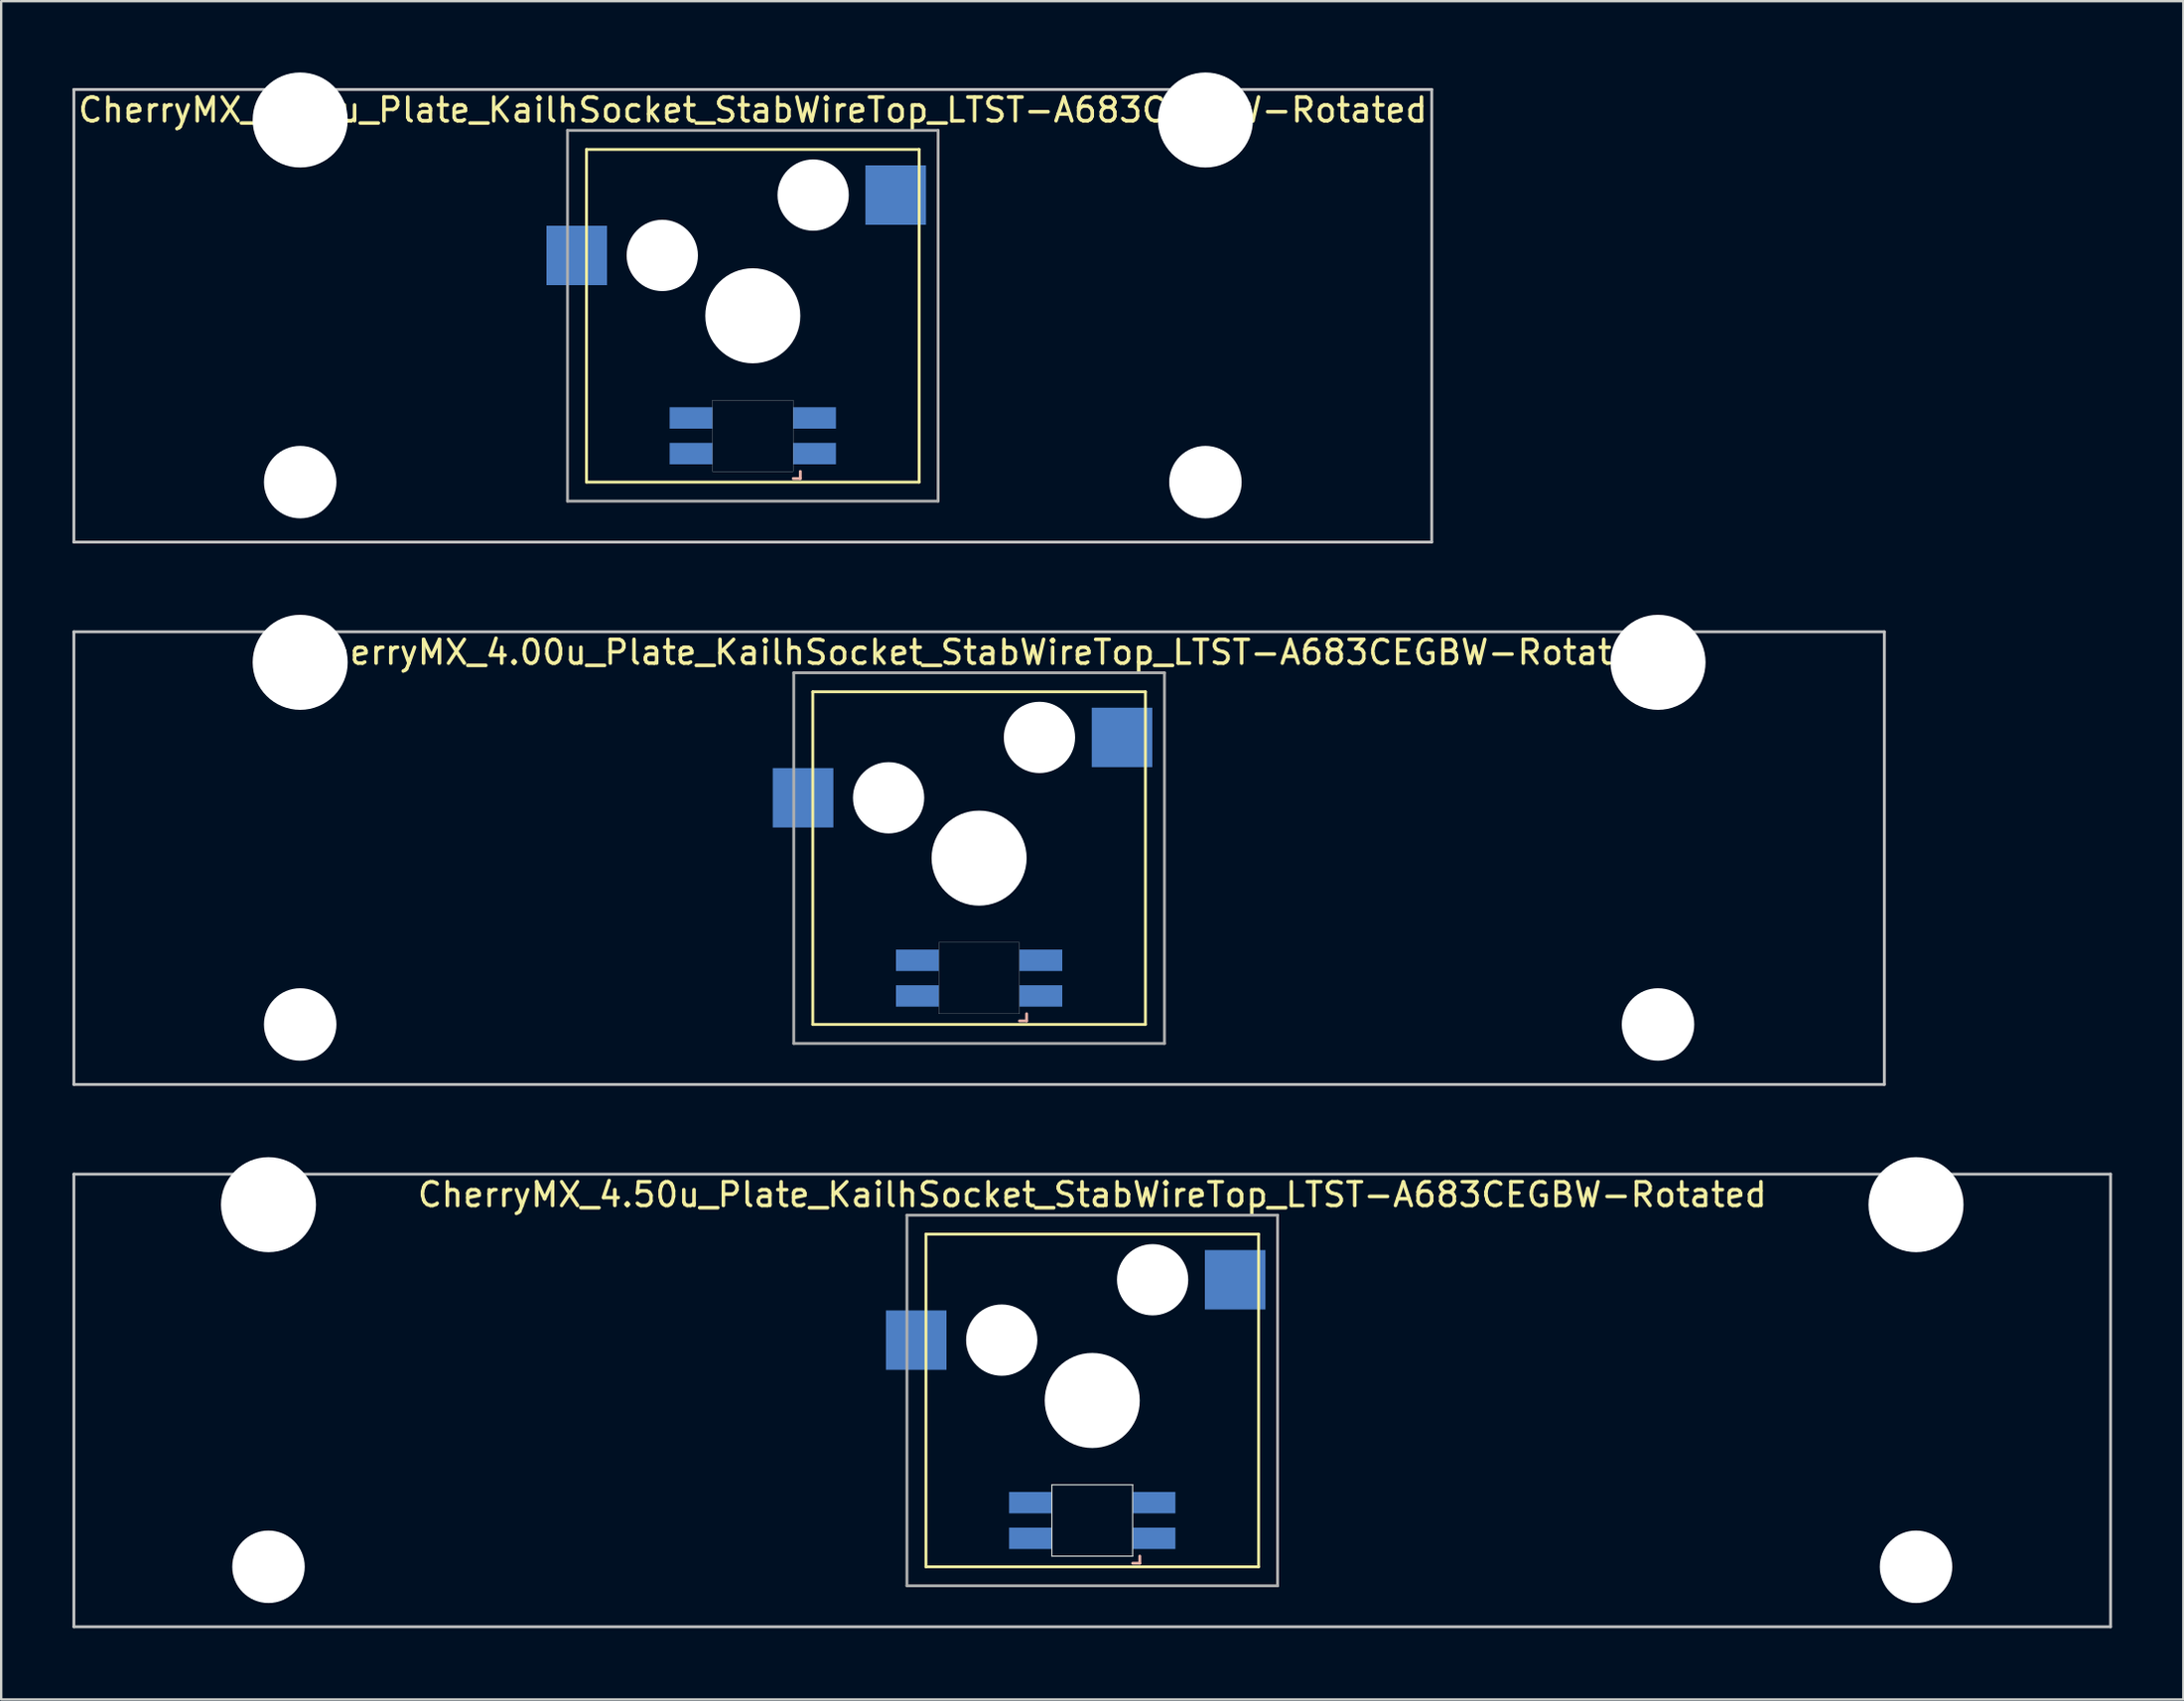
<source format=kicad_pcb>
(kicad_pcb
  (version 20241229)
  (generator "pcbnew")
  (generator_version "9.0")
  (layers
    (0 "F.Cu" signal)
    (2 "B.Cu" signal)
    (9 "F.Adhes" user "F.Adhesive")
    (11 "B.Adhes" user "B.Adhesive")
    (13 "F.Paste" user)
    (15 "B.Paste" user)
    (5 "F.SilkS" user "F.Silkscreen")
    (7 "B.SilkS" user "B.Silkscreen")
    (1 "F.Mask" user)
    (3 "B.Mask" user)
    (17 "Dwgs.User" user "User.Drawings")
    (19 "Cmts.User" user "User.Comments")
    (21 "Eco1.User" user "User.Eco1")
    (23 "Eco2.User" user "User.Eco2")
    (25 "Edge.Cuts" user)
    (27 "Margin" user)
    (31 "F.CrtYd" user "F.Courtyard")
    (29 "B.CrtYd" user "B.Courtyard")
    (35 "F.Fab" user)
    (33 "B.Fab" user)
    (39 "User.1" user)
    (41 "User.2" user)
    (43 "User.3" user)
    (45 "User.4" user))
  (footprint "CherryMX_4.50u_Plate_KailhSocket_StabWireTop_LTST-A683CEGBW-Rotated"
    (layer "F.Cu")
    (at 42.922 55.89)
    (property "Reference" "CherryMX_4.50u_Plate_KailhSocket_StabWireTop_LTST-A683CEGBW-Rotated" (at 0 -8.662 0) (layer "F.SilkS") (effects (font (size 1 1) (thickness 0.15))))
    (attr through_hole)
    (fp_line (start -7 -7) (end -7 7) (stroke (width 0.12) (type solid)) (layer "F.SilkS"))
    (fp_line (start -7 -7) (end 7 -7) (stroke (width 0.12) (type solid)) (layer "F.SilkS"))
    (fp_line (start 7 -7) (end 7 7) (stroke (width 0.12) (type solid)) (layer "F.SilkS"))
    (fp_line (start 7 7) (end -7 7) (stroke (width 0.12) (type solid)) (layer "F.SilkS"))
    (fp_line (start 1.7 6.85) (end 2 6.85) (stroke (width 0.12) (type solid)) (layer "B.SilkS"))
    (fp_line (start 2 6.85) (end 2 6.55) (stroke (width 0.12) (type solid)) (layer "B.SilkS"))
    (fp_line (start -42.862 -9.525) (end 42.862 -9.525) (stroke (width 0.12) (type solid)) (layer "Dwgs.User"))
    (fp_line (start -42.862 9.525) (end -42.862 -9.525) (stroke (width 0.12) (type solid)) (layer "Dwgs.User"))
    (fp_line (start 42.862 -9.525) (end 42.862 9.525) (stroke (width 0.12) (type solid)) (layer "Dwgs.User"))
    (fp_line (start 42.862 9.525) (end -42.862 9.525) (stroke (width 0.12) (type solid)) (layer "Dwgs.User"))
    (fp_line (start -1.7 3.55) (end 1.7 3.55) (stroke (width 0.05) (type solid)) (layer "Edge.Cuts"))
    (fp_line (start -1.7 6.55) (end -1.7 3.55) (stroke (width 0.05) (type solid)) (layer "Edge.Cuts"))
    (fp_line (start 1.7 3.55) (end 1.7 6.55) (stroke (width 0.05) (type solid)) (layer "Edge.Cuts"))
    (fp_line (start 1.7 6.55) (end -1.7 6.55) (stroke (width 0.05) (type solid)) (layer "Edge.Cuts"))
    (fp_line (start -7.8 -7.8) (end -7.8 7.8) (stroke (width 0.12) (type solid)) (layer "F.Fab"))
    (fp_line (start -7.8 -7.8) (end 7.8 -7.8) (stroke (width 0.12) (type solid)) (layer "F.Fab"))
    (fp_line (start -7.8 7.8) (end 7.8 7.8) (stroke (width 0.12) (type solid)) (layer "F.Fab"))
    (fp_line (start 7.8 -7.8) (end 7.8 7.8) (stroke (width 0.12) (type solid)) (layer "F.Fab"))
    (pad "" np_thru_hole circle (at -34.671 -8.24) (size 4 4) (drill 4) (layers "*.Cu" "*.Mask"))
    (pad "" np_thru_hole circle (at -34.671 7) (size 3.05 3.05) (drill 3.05) (layers "*.Cu" "*.Mask"))
    (pad "" np_thru_hole circle (at -3.81 -2.54) (size 3 3) (drill 3) (layers "*.Cu" "*.Mask"))
    (pad "" np_thru_hole circle (at 0 0) (size 4 4) (drill 4) (layers "*.Cu" "*.Mask"))
    (pad "" np_thru_hole circle (at 2.54 -5.08) (size 3 3) (drill 3) (layers "*.Cu" "*.Mask"))
    (pad "" np_thru_hole circle (at 34.671 -8.24) (size 4 4) (drill 4) (layers "*.Cu" "*.Mask"))
    (pad "" np_thru_hole circle (at 34.671 7) (size 3.05 3.05) (drill 3.05) (layers "*.Cu" "*.Mask"))
    (pad "1" smd rect (at -7.41 -2.54) (size 2.55 2.5) (layers "B.Cu" "B.Mask" "B.Paste"))
    (pad "2" smd rect (at 6.015 -5.08) (size 2.55 2.5) (layers "B.Cu" "B.Mask" "B.Paste"))
    (pad "3" smd rect (at 2.6 5.8 180) (size 1.8 0.9) (layers "B.Cu" "B.Mask" "B.Paste"))
    (pad "4" smd rect (at 2.6 4.3 180) (size 1.8 0.9) (layers "B.Cu" "B.Mask" "B.Paste"))
    (pad "5" smd rect (at -2.6 5.8 180) (size 1.8 0.9) (layers "B.Cu" "B.Mask" "B.Paste"))
    (pad "6" smd rect (at -2.6 4.3 180) (size 1.8 0.9) (layers "B.Cu" "B.Mask" "B.Paste")))
  (footprint "CherryMX_4.00u_Plate_KailhSocket_StabWireTop_LTST-A683CEGBW-Rotated"
    (layer "F.Cu")
    (at 38.16 33.065)
    (property "Reference" "CherryMX_4.00u_Plate_KailhSocket_StabWireTop_LTST-A683CEGBW-Rotated" (at 0 -8.662 0) (layer "F.SilkS") (effects (font (size 1 1) (thickness 0.15))))
    (attr through_hole)
    (fp_line (start -7 -7) (end -7 7) (stroke (width 0.12) (type solid)) (layer "F.SilkS"))
    (fp_line (start -7 -7) (end 7 -7) (stroke (width 0.12) (type solid)) (layer "F.SilkS"))
    (fp_line (start 7 -7) (end 7 7) (stroke (width 0.12) (type solid)) (layer "F.SilkS"))
    (fp_line (start 7 7) (end -7 7) (stroke (width 0.12) (type solid)) (layer "F.SilkS"))
    (fp_line (start 1.7 6.85) (end 2 6.85) (stroke (width 0.12) (type solid)) (layer "B.SilkS"))
    (fp_line (start 2 6.85) (end 2 6.55) (stroke (width 0.12) (type solid)) (layer "B.SilkS"))
    (fp_line (start -38.1 -9.525) (end 38.1 -9.525) (stroke (width 0.12) (type solid)) (layer "Dwgs.User"))
    (fp_line (start -38.1 9.525) (end -38.1 -9.525) (stroke (width 0.12) (type solid)) (layer "Dwgs.User"))
    (fp_line (start 38.1 -9.525) (end 38.1 9.525) (stroke (width 0.12) (type solid)) (layer "Dwgs.User"))
    (fp_line (start 38.1 9.525) (end -38.1 9.525) (stroke (width 0.12) (type solid)) (layer "Dwgs.User"))
    (fp_poly (pts (xy -1.7 3.55) (xy 1.7 3.55) (xy 1.7 6.55) (xy -1.7 6.55)) (stroke (width 0.01) (type solid)) (fill no) (layer "Edge.Cuts"))
    (fp_line (start -7.8 -7.8) (end -7.8 7.8) (stroke (width 0.12) (type solid)) (layer "F.Fab"))
    (fp_line (start -7.8 -7.8) (end 7.8 -7.8) (stroke (width 0.12) (type solid)) (layer "F.Fab"))
    (fp_line (start -7.8 7.8) (end 7.8 7.8) (stroke (width 0.12) (type solid)) (layer "F.Fab"))
    (fp_line (start 7.8 -7.8) (end 7.8 7.8) (stroke (width 0.12) (type solid)) (layer "F.Fab"))
    (pad "" np_thru_hole circle (at -28.575 -8.24) (size 4 4) (drill 4) (layers "*.Cu" "*.Mask"))
    (pad "" np_thru_hole circle (at -28.575 7) (size 3.05 3.05) (drill 3.05) (layers "*.Cu" "*.Mask"))
    (pad "" np_thru_hole circle (at -3.81 -2.54) (size 3 3) (drill 3) (layers "*.Cu" "*.Mask"))
    (pad "" np_thru_hole circle (at 0 0) (size 4 4) (drill 4) (layers "*.Cu" "*.Mask"))
    (pad "" np_thru_hole circle (at 2.54 -5.08) (size 3 3) (drill 3) (layers "*.Cu" "*.Mask"))
    (pad "" np_thru_hole circle (at 28.575 -8.24) (size 4 4) (drill 4) (layers "*.Cu" "*.Mask"))
    (pad "" np_thru_hole circle (at 28.575 7) (size 3.05 3.05) (drill 3.05) (layers "*.Cu" "*.Mask"))
    (pad "1" smd rect (at -7.41 -2.54) (size 2.55 2.5) (layers "B.Cu" "B.Mask" "B.Paste"))
    (pad "2" smd rect (at 6.015 -5.08) (size 2.55 2.5) (layers "B.Cu" "B.Mask" "B.Paste"))
    (pad "3" smd rect (at 2.6 5.8 180) (size 1.8 0.9) (layers "B.Cu" "B.Mask" "B.Paste"))
    (pad "4" smd rect (at 2.6 4.3 180) (size 1.8 0.9) (layers "B.Cu" "B.Mask" "B.Paste"))
    (pad "5" smd rect (at -2.6 5.8 180) (size 1.8 0.9) (layers "B.Cu" "B.Mask" "B.Paste"))
    (pad "6" smd rect (at -2.6 4.3 180) (size 1.8 0.9) (layers "B.Cu" "B.Mask" "B.Paste")))
  (footprint "CherryMX_3.00u_Plate_KailhSocket_StabWireTop_LTST-A683CEGBW-Rotated"
    (layer "F.Cu")
    (at 28.635 10.24)
    (property "Reference" "CherryMX_3.00u_Plate_KailhSocket_StabWireTop_LTST-A683CEGBW-Rotated" (at 0 -8.662 0) (layer "F.SilkS") (effects (font (size 1 1) (thickness 0.15))))
    (attr through_hole)
    (fp_line (start -7 -7) (end -7 7) (stroke (width 0.12) (type solid)) (layer "F.SilkS"))
    (fp_line (start -7 -7) (end 7 -7) (stroke (width 0.12) (type solid)) (layer "F.SilkS"))
    (fp_line (start 7 -7) (end 7 7) (stroke (width 0.12) (type solid)) (layer "F.SilkS"))
    (fp_line (start 7 7) (end -7 7) (stroke (width 0.12) (type solid)) (layer "F.SilkS"))
    (fp_line (start 1.7 6.85) (end 2 6.85) (stroke (width 0.12) (type solid)) (layer "B.SilkS"))
    (fp_line (start 2 6.85) (end 2 6.55) (stroke (width 0.12) (type solid)) (layer "B.SilkS"))
    (fp_line (start -28.575 -9.525) (end 28.575 -9.525) (stroke (width 0.12) (type solid)) (layer "Dwgs.User"))
    (fp_line (start -28.575 9.525) (end -28.575 -9.525) (stroke (width 0.12) (type solid)) (layer "Dwgs.User"))
    (fp_line (start 28.575 -9.525) (end 28.575 9.525) (stroke (width 0.12) (type solid)) (layer "Dwgs.User"))
    (fp_line (start 28.575 9.525) (end -28.575 9.525) (stroke (width 0.12) (type solid)) (layer "Dwgs.User"))
    (fp_poly (pts (xy -1.7 3.55) (xy 1.7 3.55) (xy 1.7 6.55) (xy -1.7 6.55)) (stroke (width 0.01) (type solid)) (fill no) (layer "Edge.Cuts"))
    (fp_line (start -7.8 -7.8) (end -7.8 7.8) (stroke (width 0.12) (type solid)) (layer "F.Fab"))
    (fp_line (start -7.8 -7.8) (end 7.8 -7.8) (stroke (width 0.12) (type solid)) (layer "F.Fab"))
    (fp_line (start -7.8 7.8) (end 7.8 7.8) (stroke (width 0.12) (type solid)) (layer "F.Fab"))
    (fp_line (start 7.8 -7.8) (end 7.8 7.8) (stroke (width 0.12) (type solid)) (layer "F.Fab"))
    (pad "" np_thru_hole circle (at -19.05 -8.24) (size 4 4) (drill 4) (layers "*.Cu" "*.Mask"))
    (pad "" np_thru_hole circle (at -19.05 7) (size 3.05 3.05) (drill 3.05) (layers "*.Cu" "*.Mask"))
    (pad "" np_thru_hole circle (at -3.81 -2.54) (size 3 3) (drill 3) (layers "*.Cu" "*.Mask"))
    (pad "" np_thru_hole circle (at 0 0) (size 4 4) (drill 4) (layers "*.Cu" "*.Mask"))
    (pad "" np_thru_hole circle (at 2.54 -5.08) (size 3 3) (drill 3) (layers "*.Cu" "*.Mask"))
    (pad "" np_thru_hole circle (at 19.05 -8.24) (size 4 4) (drill 4) (layers "*.Cu" "*.Mask"))
    (pad "" np_thru_hole circle (at 19.05 7) (size 3.05 3.05) (drill 3.05) (layers "*.Cu" "*.Mask"))
    (pad "1" smd rect (at -7.41 -2.54) (size 2.55 2.5) (layers "B.Cu" "B.Mask" "B.Paste"))
    (pad "2" smd rect (at 6.015 -5.08) (size 2.55 2.5) (layers "B.Cu" "B.Mask" "B.Paste"))
    (pad "3" smd rect (at 2.6 5.8 180) (size 1.8 0.9) (layers "B.Cu" "B.Mask" "B.Paste"))
    (pad "4" smd rect (at 2.6 4.3 180) (size 1.8 0.9) (layers "B.Cu" "B.Mask" "B.Paste"))
    (pad "5" smd rect (at -2.6 5.8 180) (size 1.8 0.9) (layers "B.Cu" "B.Mask" "B.Paste"))
    (pad "6" smd rect (at -2.6 4.3 180) (size 1.8 0.9) (layers "B.Cu" "B.Mask" "B.Paste")))
  (gr_rect
    (start -3 -3)
    (end 88.845 68.475)
    (stroke (width 0.1) (type default))
    (fill no)
    (layer "Edge.Cuts")))
</source>
